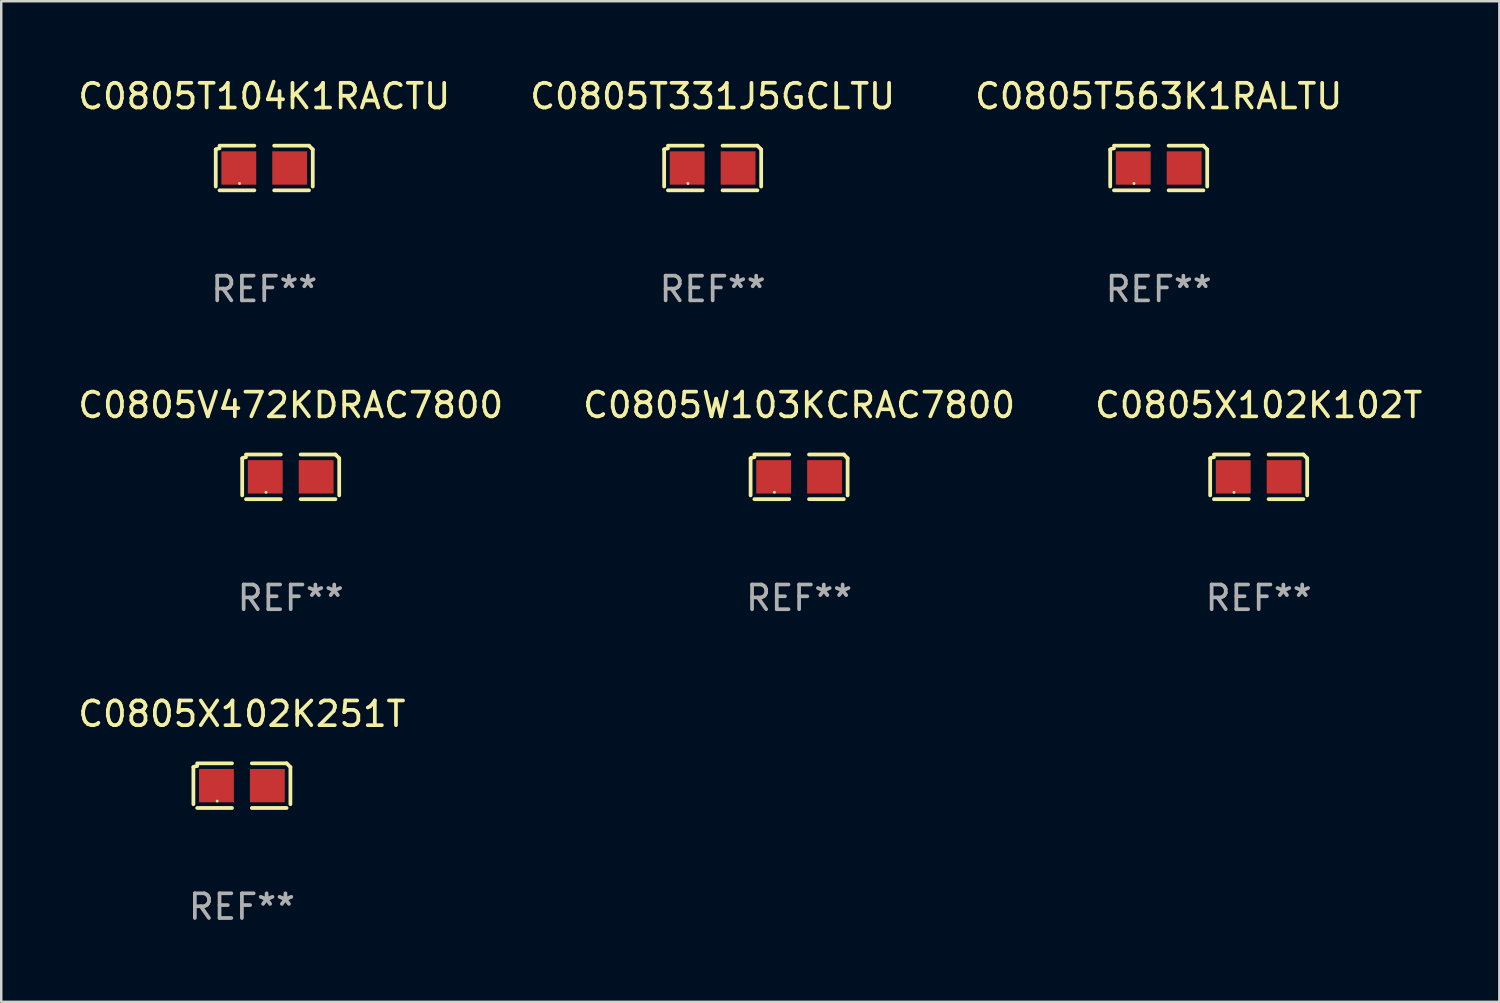
<source format=kicad_pcb>
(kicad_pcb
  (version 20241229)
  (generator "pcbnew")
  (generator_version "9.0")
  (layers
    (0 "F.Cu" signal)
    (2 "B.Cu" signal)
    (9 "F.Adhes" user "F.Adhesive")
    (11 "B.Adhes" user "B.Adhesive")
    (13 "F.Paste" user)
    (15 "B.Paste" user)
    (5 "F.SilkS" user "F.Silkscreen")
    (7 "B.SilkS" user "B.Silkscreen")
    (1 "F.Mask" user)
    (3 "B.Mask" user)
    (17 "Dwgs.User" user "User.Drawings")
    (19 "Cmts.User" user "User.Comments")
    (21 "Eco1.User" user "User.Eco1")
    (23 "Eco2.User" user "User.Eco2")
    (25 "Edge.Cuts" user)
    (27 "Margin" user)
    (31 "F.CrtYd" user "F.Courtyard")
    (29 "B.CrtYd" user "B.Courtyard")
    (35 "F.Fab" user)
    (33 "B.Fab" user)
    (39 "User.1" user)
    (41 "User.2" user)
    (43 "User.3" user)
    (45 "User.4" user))
  (footprint "C0805X102K251T"
    (layer "F.Cu")
    (at 6.744 28.759)
    (property "Reference" "C0805X102K251T" (at 0 -2.904 0) (layer "F.SilkS") (effects (font (size 1 1) (thickness 0.15))))
    (attr through_hole)
    (fp_line (start -1.964 0.751) (end -1.964 -0.751) (stroke (width 0.152) (type solid)) (layer "F.SilkS"))
    (fp_line (start -1.811 -0.904) (end -0.401 -0.904) (stroke (width 0.152) (type solid)) (layer "F.SilkS"))
    (fp_line (start -0.401 0.904) (end -1.811 0.904) (stroke (width 0.152) (type solid)) (layer "F.SilkS"))
    (fp_line (start 0.401 0.904) (end 1.811 0.904) (stroke (width 0.152) (type solid)) (layer "F.SilkS"))
    (fp_line (start 1.811 -0.904) (end 0.401 -0.904) (stroke (width 0.152) (type solid)) (layer "F.SilkS"))
    (fp_line (start 1.964 0.751) (end 1.964 -0.751) (stroke (width 0.152) (type solid)) (layer "F.SilkS"))
    (fp_arc (start -1.963602 -0.751207) (mid -1.890354 -0.783131) (end -1.811201 -0.794044) (stroke (width 0.1524) (type solid)) (layer "F.SilkS"))
    (fp_arc (start 1.811202 -0.903607) (mid 1.887413 -0.827418) (end 1.963602 -0.751207) (stroke (width 0.1524) (type solid)) (layer "F.SilkS"))
    (fp_circle (center -1 0.625) (end -0.97 0.625) (stroke (width 0.06) (type solid)) (fill no) (layer "F.SilkS"))
    (fp_text user "REF**" (at 0 4.904 0) (layer "F.Fab") (effects (font (size 1 1) (thickness 0.15))))
    (pad "1" smd rect (at -1.03 0) (size 1.41 1.35) (layers "F.Cu" "F.Mask" "F.Paste"))
    (pad "2" smd rect (at 1.03 0) (size 1.41 1.35) (layers "F.Cu" "F.Mask" "F.Paste")))
  (footprint "C0805T563K1RALTU"
    (layer "F.Cu")
    (at 43.863 3.752)
    (property "Reference" "C0805T563K1RALTU" (at 0 -2.904 0) (layer "F.SilkS") (effects (font (size 1 1) (thickness 0.15))))
    (attr through_hole)
    (fp_line (start -1.964 0.751) (end -1.964 -0.751) (stroke (width 0.152) (type solid)) (layer "F.SilkS"))
    (fp_line (start -1.811 -0.904) (end -0.401 -0.904) (stroke (width 0.152) (type solid)) (layer "F.SilkS"))
    (fp_line (start -0.401 0.904) (end -1.811 0.904) (stroke (width 0.152) (type solid)) (layer "F.SilkS"))
    (fp_line (start 0.401 0.904) (end 1.811 0.904) (stroke (width 0.152) (type solid)) (layer "F.SilkS"))
    (fp_line (start 1.811 -0.904) (end 0.401 -0.904) (stroke (width 0.152) (type solid)) (layer "F.SilkS"))
    (fp_line (start 1.964 0.751) (end 1.964 -0.751) (stroke (width 0.152) (type solid)) (layer "F.SilkS"))
    (fp_arc (start -1.963602 -0.751207) (mid -1.890354 -0.783131) (end -1.811201 -0.794044) (stroke (width 0.1524) (type solid)) (layer "F.SilkS"))
    (fp_arc (start 1.811202 -0.903607) (mid 1.887413 -0.827418) (end 1.963602 -0.751207) (stroke (width 0.1524) (type solid)) (layer "F.SilkS"))
    (fp_circle (center -1 0.625) (end -0.97 0.625) (stroke (width 0.06) (type solid)) (fill no) (layer "F.SilkS"))
    (fp_text user "REF**" (at 0 4.904 0) (layer "F.Fab") (effects (font (size 1 1) (thickness 0.15))))
    (pad "1" smd rect (at -1.03 0) (size 1.41 1.35) (layers "F.Cu" "F.Mask" "F.Paste"))
    (pad "2" smd rect (at 1.03 0) (size 1.41 1.35) (layers "F.Cu" "F.Mask" "F.Paste")))
  (footprint "C0805T331J5GCLTU"
    (layer "F.Cu")
    (at 25.804 3.752)
    (property "Reference" "C0805T331J5GCLTU" (at 0 -2.904 0) (layer "F.SilkS") (effects (font (size 1 1) (thickness 0.15))))
    (attr through_hole)
    (fp_line (start -1.964 0.751) (end -1.964 -0.751) (stroke (width 0.152) (type solid)) (layer "F.SilkS"))
    (fp_line (start -1.811 -0.904) (end -0.401 -0.904) (stroke (width 0.152) (type solid)) (layer "F.SilkS"))
    (fp_line (start -0.401 0.904) (end -1.811 0.904) (stroke (width 0.152) (type solid)) (layer "F.SilkS"))
    (fp_line (start 0.401 0.904) (end 1.811 0.904) (stroke (width 0.152) (type solid)) (layer "F.SilkS"))
    (fp_line (start 1.811 -0.904) (end 0.401 -0.904) (stroke (width 0.152) (type solid)) (layer "F.SilkS"))
    (fp_line (start 1.964 0.751) (end 1.964 -0.751) (stroke (width 0.152) (type solid)) (layer "F.SilkS"))
    (fp_arc (start -1.963602 -0.751207) (mid -1.890354 -0.783131) (end -1.811201 -0.794044) (stroke (width 0.1524) (type solid)) (layer "F.SilkS"))
    (fp_arc (start 1.811202 -0.903607) (mid 1.887413 -0.827418) (end 1.963602 -0.751207) (stroke (width 0.1524) (type solid)) (layer "F.SilkS"))
    (fp_circle (center -1 0.625) (end -0.97 0.625) (stroke (width 0.06) (type solid)) (fill no) (layer "F.SilkS"))
    (fp_text user "REF**" (at 0 4.904 0) (layer "F.Fab") (effects (font (size 1 1) (thickness 0.15))))
    (pad "1" smd rect (at -1.03 0) (size 1.41 1.35) (layers "F.Cu" "F.Mask" "F.Paste"))
    (pad "2" smd rect (at 1.03 0) (size 1.41 1.35) (layers "F.Cu" "F.Mask" "F.Paste")))
  (footprint "C0805X102K102T"
    (layer "F.Cu")
    (at 47.911 16.256)
    (property "Reference" "C0805X102K102T" (at 0 -2.904 0) (layer "F.SilkS") (effects (font (size 1 1) (thickness 0.15))))
    (attr through_hole)
    (fp_line (start -1.964 0.751) (end -1.964 -0.751) (stroke (width 0.152) (type solid)) (layer "F.SilkS"))
    (fp_line (start -1.811 -0.904) (end -0.401 -0.904) (stroke (width 0.152) (type solid)) (layer "F.SilkS"))
    (fp_line (start -0.401 0.904) (end -1.811 0.904) (stroke (width 0.152) (type solid)) (layer "F.SilkS"))
    (fp_line (start 0.401 0.904) (end 1.811 0.904) (stroke (width 0.152) (type solid)) (layer "F.SilkS"))
    (fp_line (start 1.811 -0.904) (end 0.401 -0.904) (stroke (width 0.152) (type solid)) (layer "F.SilkS"))
    (fp_line (start 1.964 0.751) (end 1.964 -0.751) (stroke (width 0.152) (type solid)) (layer "F.SilkS"))
    (fp_arc (start -1.963602 -0.751207) (mid -1.890354 -0.783131) (end -1.811201 -0.794044) (stroke (width 0.1524) (type solid)) (layer "F.SilkS"))
    (fp_arc (start 1.811202 -0.903607) (mid 1.887413 -0.827418) (end 1.963602 -0.751207) (stroke (width 0.1524) (type solid)) (layer "F.SilkS"))
    (fp_circle (center -1 0.625) (end -0.97 0.625) (stroke (width 0.06) (type solid)) (fill no) (layer "F.SilkS"))
    (fp_text user "REF**" (at 0 4.904 0) (layer "F.Fab") (effects (font (size 1 1) (thickness 0.15))))
    (pad "1" smd rect (at -1.03 0) (size 1.41 1.35) (layers "F.Cu" "F.Mask" "F.Paste"))
    (pad "2" smd rect (at 1.03 0) (size 1.41 1.35) (layers "F.Cu" "F.Mask" "F.Paste")))
  (footprint "C0805W103KCRAC7800"
    (layer "F.Cu")
    (at 29.304 16.256)
    (property "Reference" "C0805W103KCRAC7800" (at 0 -2.904 0) (layer "F.SilkS") (effects (font (size 1 1) (thickness 0.15))))
    (attr through_hole)
    (fp_line (start -1.964 0.751) (end -1.964 -0.751) (stroke (width 0.152) (type solid)) (layer "F.SilkS"))
    (fp_line (start -1.811 -0.904) (end -0.401 -0.904) (stroke (width 0.152) (type solid)) (layer "F.SilkS"))
    (fp_line (start -0.401 0.904) (end -1.811 0.904) (stroke (width 0.152) (type solid)) (layer "F.SilkS"))
    (fp_line (start 0.401 0.904) (end 1.811 0.904) (stroke (width 0.152) (type solid)) (layer "F.SilkS"))
    (fp_line (start 1.811 -0.904) (end 0.401 -0.904) (stroke (width 0.152) (type solid)) (layer "F.SilkS"))
    (fp_line (start 1.964 0.751) (end 1.964 -0.751) (stroke (width 0.152) (type solid)) (layer "F.SilkS"))
    (fp_arc (start -1.963602 -0.751207) (mid -1.890354 -0.783131) (end -1.811201 -0.794044) (stroke (width 0.1524) (type solid)) (layer "F.SilkS"))
    (fp_arc (start 1.811202 -0.903607) (mid 1.887413 -0.827418) (end 1.963602 -0.751207) (stroke (width 0.1524) (type solid)) (layer "F.SilkS"))
    (fp_circle (center -1 0.625) (end -0.97 0.625) (stroke (width 0.06) (type solid)) (fill no) (layer "F.SilkS"))
    (fp_text user "REF**" (at 0 4.904 0) (layer "F.Fab") (effects (font (size 1 1) (thickness 0.15))))
    (pad "1" smd rect (at -1.03 0) (size 1.41 1.35) (layers "F.Cu" "F.Mask" "F.Paste"))
    (pad "2" smd rect (at 1.03 0) (size 1.41 1.35) (layers "F.Cu" "F.Mask" "F.Paste")))
  (footprint "C0805V472KDRAC7800"
    (layer "F.Cu")
    (at 8.72 16.256)
    (property "Reference" "C0805V472KDRAC7800" (at 0 -2.904 0) (layer "F.SilkS") (effects (font (size 1 1) (thickness 0.15))))
    (attr through_hole)
    (fp_line (start -1.964 0.751) (end -1.964 -0.751) (stroke (width 0.152) (type solid)) (layer "F.SilkS"))
    (fp_line (start -1.811 -0.904) (end -0.401 -0.904) (stroke (width 0.152) (type solid)) (layer "F.SilkS"))
    (fp_line (start -0.401 0.904) (end -1.811 0.904) (stroke (width 0.152) (type solid)) (layer "F.SilkS"))
    (fp_line (start 0.401 0.904) (end 1.811 0.904) (stroke (width 0.152) (type solid)) (layer "F.SilkS"))
    (fp_line (start 1.811 -0.904) (end 0.401 -0.904) (stroke (width 0.152) (type solid)) (layer "F.SilkS"))
    (fp_line (start 1.964 0.751) (end 1.964 -0.751) (stroke (width 0.152) (type solid)) (layer "F.SilkS"))
    (fp_arc (start -1.963602 -0.751207) (mid -1.890354 -0.783131) (end -1.811201 -0.794044) (stroke (width 0.1524) (type solid)) (layer "F.SilkS"))
    (fp_arc (start 1.811202 -0.903607) (mid 1.887413 -0.827418) (end 1.963602 -0.751207) (stroke (width 0.1524) (type solid)) (layer "F.SilkS"))
    (fp_circle (center -1 0.625) (end -0.97 0.625) (stroke (width 0.06) (type solid)) (fill no) (layer "F.SilkS"))
    (fp_text user "REF**" (at 0 4.904 0) (layer "F.Fab") (effects (font (size 1 1) (thickness 0.15))))
    (pad "1" smd rect (at -1.03 0) (size 1.41 1.35) (layers "F.Cu" "F.Mask" "F.Paste"))
    (pad "2" smd rect (at 1.03 0) (size 1.41 1.35) (layers "F.Cu" "F.Mask" "F.Paste")))
  (footprint "C0805T104K1RACTU"
    (layer "F.Cu")
    (at 7.649 3.752)
    (property "Reference" "C0805T104K1RACTU" (at 0 -2.904 0) (layer "F.SilkS") (effects (font (size 1 1) (thickness 0.15))))
    (attr through_hole)
    (fp_line (start -1.964 0.751) (end -1.964 -0.751) (stroke (width 0.152) (type solid)) (layer "F.SilkS"))
    (fp_line (start -1.811 -0.904) (end -0.401 -0.904) (stroke (width 0.152) (type solid)) (layer "F.SilkS"))
    (fp_line (start -0.401 0.904) (end -1.811 0.904) (stroke (width 0.152) (type solid)) (layer "F.SilkS"))
    (fp_line (start 0.401 0.904) (end 1.811 0.904) (stroke (width 0.152) (type solid)) (layer "F.SilkS"))
    (fp_line (start 1.811 -0.904) (end 0.401 -0.904) (stroke (width 0.152) (type solid)) (layer "F.SilkS"))
    (fp_line (start 1.964 0.751) (end 1.964 -0.751) (stroke (width 0.152) (type solid)) (layer "F.SilkS"))
    (fp_arc (start -1.963602 -0.751207) (mid -1.890354 -0.783131) (end -1.811201 -0.794044) (stroke (width 0.1524) (type solid)) (layer "F.SilkS"))
    (fp_arc (start 1.811202 -0.903607) (mid 1.887413 -0.827418) (end 1.963602 -0.751207) (stroke (width 0.1524) (type solid)) (layer "F.SilkS"))
    (fp_circle (center -1 0.625) (end -0.97 0.625) (stroke (width 0.06) (type solid)) (fill no) (layer "F.SilkS"))
    (fp_text user "REF**" (at 0 4.904 0) (layer "F.Fab") (effects (font (size 1 1) (thickness 0.15))))
    (pad "1" smd rect (at -1.03 0) (size 1.41 1.35) (layers "F.Cu" "F.Mask" "F.Paste"))
    (pad "2" smd rect (at 1.03 0) (size 1.41 1.35) (layers "F.Cu" "F.Mask" "F.Paste")))
  (gr_rect
    (start -3 -3)
    (end 57.655 37.511)
    (stroke (width 0.1) (type default))
    (fill no)
    (layer "Edge.Cuts")))
</source>
